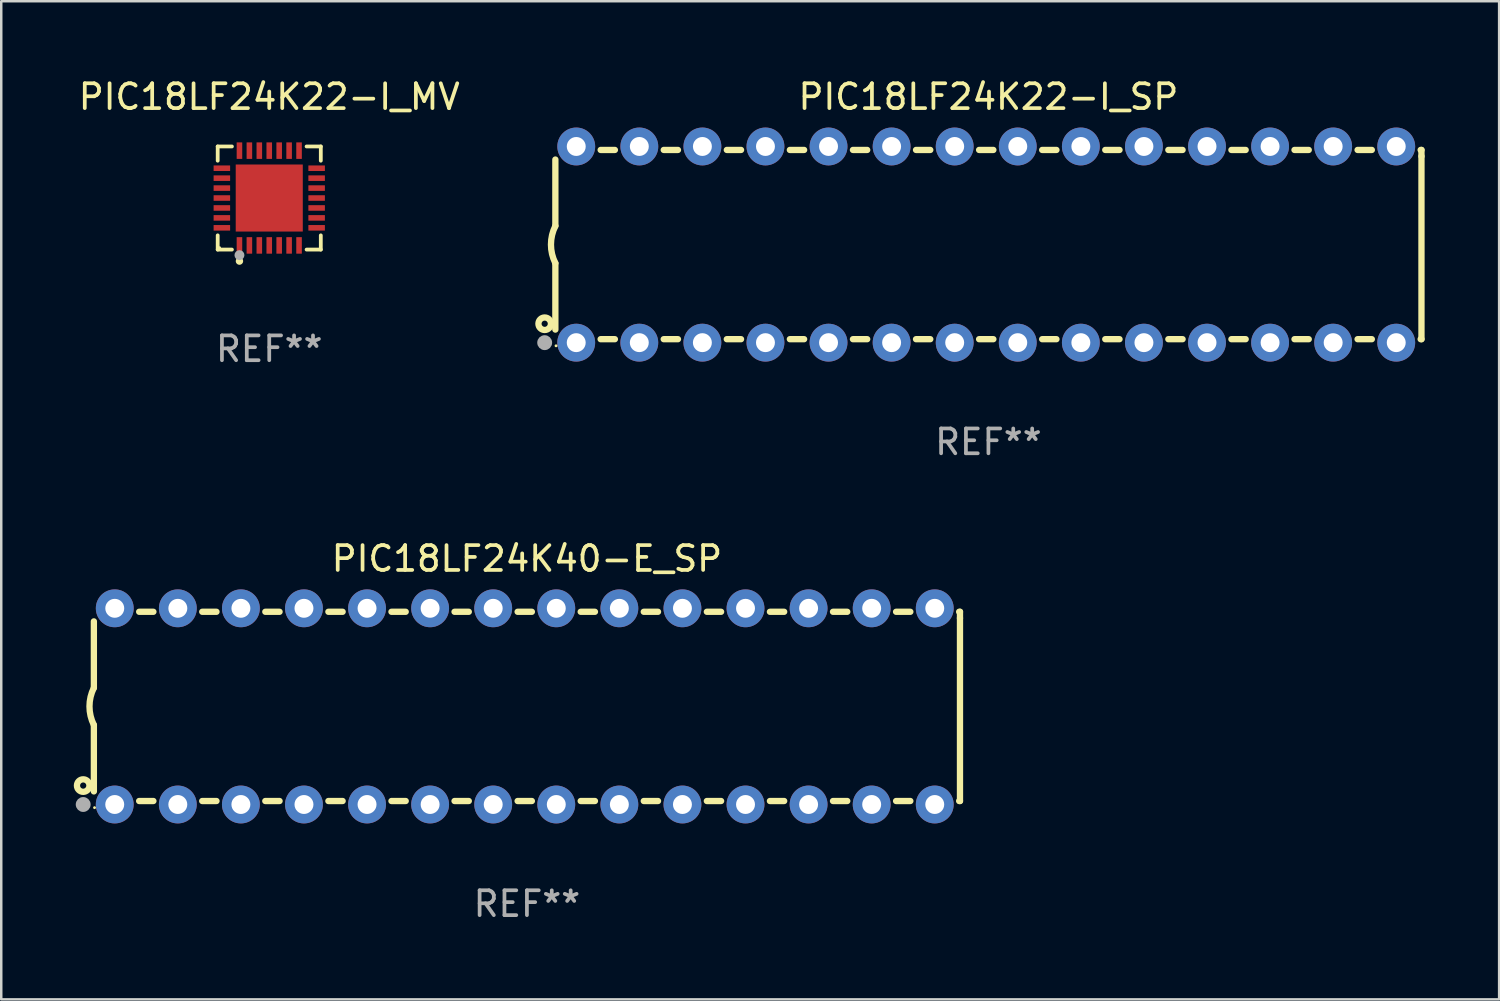
<source format=kicad_pcb>
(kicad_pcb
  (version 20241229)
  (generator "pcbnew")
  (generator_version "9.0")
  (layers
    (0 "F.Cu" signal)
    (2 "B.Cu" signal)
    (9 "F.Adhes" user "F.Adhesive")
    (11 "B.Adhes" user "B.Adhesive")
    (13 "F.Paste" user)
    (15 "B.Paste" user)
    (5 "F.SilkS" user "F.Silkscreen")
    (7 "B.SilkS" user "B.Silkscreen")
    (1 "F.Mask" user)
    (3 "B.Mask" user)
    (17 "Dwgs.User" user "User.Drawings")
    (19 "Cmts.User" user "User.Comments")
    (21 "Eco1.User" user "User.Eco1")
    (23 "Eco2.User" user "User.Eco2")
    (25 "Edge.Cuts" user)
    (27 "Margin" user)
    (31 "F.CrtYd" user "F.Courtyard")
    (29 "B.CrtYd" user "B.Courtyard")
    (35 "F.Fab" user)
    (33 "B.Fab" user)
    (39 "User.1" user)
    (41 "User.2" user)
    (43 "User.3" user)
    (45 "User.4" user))
  (footprint "PIC18LF24K22-I_MV"
    (layer "F.Cu")
    (at 7.792 4.924)
    (property "Reference" "PIC18LF24K22-I_MV" (at 0 -4.076 0) (layer "F.SilkS") (effects (font (size 1 1) (thickness 0.15))))
    (attr through_hole)
    (fp_line (start -2.076 -2.076) (end -1.503 -2.076) (stroke (width 0.152) (type solid)) (layer "F.SilkS"))
    (fp_line (start -2.076 -1.503) (end -2.076 -2.076) (stroke (width 0.152) (type solid)) (layer "F.SilkS"))
    (fp_line (start -2.076 1.503) (end -2.076 2.076) (stroke (width 0.152) (type solid)) (layer "F.SilkS"))
    (fp_line (start -2.076 2.076) (end -1.503 2.076) (stroke (width 0.152) (type solid)) (layer "F.SilkS"))
    (fp_line (start 2.076 -2.076) (end 1.503 -2.076) (stroke (width 0.152) (type solid)) (layer "F.SilkS"))
    (fp_line (start 2.076 -1.503) (end 2.076 -2.076) (stroke (width 0.152) (type solid)) (layer "F.SilkS"))
    (fp_line (start 2.076 1.503) (end 2.076 2.076) (stroke (width 0.152) (type solid)) (layer "F.SilkS"))
    (fp_line (start 2.076 2.076) (end 1.503 2.076) (stroke (width 0.152) (type solid)) (layer "F.SilkS"))
    (fp_circle (center -2 2) (end -1.97 2) (stroke (width 0.06) (type solid)) (fill no) (layer "F.SilkS"))
    (fp_circle (center -1.2 2.54) (end -1.125 2.54) (stroke (width 0.15) (type solid)) (fill no) (layer "F.SilkS"))
    (fp_circle (center -1.2 2.3) (end -1.1 2.3) (stroke (width 0.2) (type solid)) (fill no) (layer "F.Fab"))
    (fp_text user "REF**" (at 0 6.076 0) (layer "F.Fab") (effects (font (size 1 1) (thickness 0.15))))
    (pad "1" smd rect (at -1.2 1.908) (size 0.224 0.665) (layers "F.Cu" "F.Mask" "F.Paste"))
    (pad "2" smd rect (at -0.8 1.908) (size 0.224 0.665) (layers "F.Cu" "F.Mask" "F.Paste"))
    (pad "3" smd rect (at -0.4 1.908) (size 0.224 0.665) (layers "F.Cu" "F.Mask" "F.Paste"))
    (pad "4" smd rect (at 0 1.908) (size 0.224 0.665) (layers "F.Cu" "F.Mask" "F.Paste"))
    (pad "5" smd rect (at 0.4 1.908) (size 0.224 0.665) (layers "F.Cu" "F.Mask" "F.Paste"))
    (pad "6" smd rect (at 0.8 1.908) (size 0.224 0.665) (layers "F.Cu" "F.Mask" "F.Paste"))
    (pad "7" smd rect (at 1.2 1.908) (size 0.224 0.665) (layers "F.Cu" "F.Mask" "F.Paste"))
    (pad "8" smd rect (at 1.908 1.2) (size 0.665 0.224) (layers "F.Cu" "F.Mask" "F.Paste"))
    (pad "9" smd rect (at 1.908 0.8) (size 0.665 0.224) (layers "F.Cu" "F.Mask" "F.Paste"))
    (pad "10" smd rect (at 1.908 0.4) (size 0.665 0.224) (layers "F.Cu" "F.Mask" "F.Paste"))
    (pad "11" smd rect (at 1.908 0) (size 0.665 0.224) (layers "F.Cu" "F.Mask" "F.Paste"))
    (pad "12" smd rect (at 1.908 -0.4) (size 0.665 0.224) (layers "F.Cu" "F.Mask" "F.Paste"))
    (pad "13" smd rect (at 1.908 -0.8) (size 0.665 0.224) (layers "F.Cu" "F.Mask" "F.Paste"))
    (pad "14" smd rect (at 1.908 -1.2) (size 0.665 0.224) (layers "F.Cu" "F.Mask" "F.Paste"))
    (pad "15" smd rect (at 1.2 -1.908) (size 0.224 0.665) (layers "F.Cu" "F.Mask" "F.Paste"))
    (pad "16" smd rect (at 0.8 -1.908) (size 0.224 0.665) (layers "F.Cu" "F.Mask" "F.Paste"))
    (pad "17" smd rect (at 0.4 -1.908) (size 0.224 0.665) (layers "F.Cu" "F.Mask" "F.Paste"))
    (pad "18" smd rect (at 0 -1.908) (size 0.224 0.665) (layers "F.Cu" "F.Mask" "F.Paste"))
    (pad "19" smd rect (at -0.4 -1.908) (size 0.224 0.665) (layers "F.Cu" "F.Mask" "F.Paste"))
    (pad "20" smd rect (at -0.8 -1.908) (size 0.224 0.665) (layers "F.Cu" "F.Mask" "F.Paste"))
    (pad "21" smd rect (at -1.2 -1.908) (size 0.224 0.665) (layers "F.Cu" "F.Mask" "F.Paste"))
    (pad "22" smd rect (at -1.908 -1.2) (size 0.665 0.224) (layers "F.Cu" "F.Mask" "F.Paste"))
    (pad "23" smd rect (at -1.908 -0.8) (size 0.665 0.224) (layers "F.Cu" "F.Mask" "F.Paste"))
    (pad "24" smd rect (at -1.908 -0.4) (size 0.665 0.224) (layers "F.Cu" "F.Mask" "F.Paste"))
    (pad "25" smd rect (at -1.908 0) (size 0.665 0.224) (layers "F.Cu" "F.Mask" "F.Paste"))
    (pad "26" smd rect (at -1.908 0.4) (size 0.665 0.224) (layers "F.Cu" "F.Mask" "F.Paste"))
    (pad "27" smd rect (at -1.908 0.8) (size 0.665 0.224) (layers "F.Cu" "F.Mask" "F.Paste"))
    (pad "28" smd rect (at -1.908 1.2) (size 0.665 0.224) (layers "F.Cu" "F.Mask" "F.Paste"))
    (pad "29" smd rect (at 0 0) (size 2.7 2.7) (layers "F.Cu" "F.Mask" "F.Paste")))
  (footprint "PIC18LF24K22-I_SP"
    (layer "F.Cu")
    (at 36.751 6.798)
    (property "Reference" "PIC18LF24K22-I_SP" (at 0 -5.95 0) (layer "F.SilkS") (effects (font (size 1 1) (thickness 0.15))))
    (attr through_hole)
    (fp_line (start -17.438 0.75) (end -17.438 3.423) (stroke (width 0.254) (type solid)) (layer "F.SilkS"))
    (fp_line (start -17.438 -3.423) (end -17.438 -0.75) (stroke (width 0.254) (type solid)) (layer "F.SilkS"))
    (fp_line (start -15.615 3.81) (end -15.041 3.81) (stroke (width 0.254) (type solid)) (layer "F.SilkS"))
    (fp_line (start -15.041 -3.81) (end -15.614 -3.81) (stroke (width 0.254) (type solid)) (layer "F.SilkS"))
    (fp_line (start -13.075 3.81) (end -12.501 3.81) (stroke (width 0.254) (type solid)) (layer "F.SilkS"))
    (fp_line (start -12.501 -3.81) (end -13.074 -3.81) (stroke (width 0.254) (type solid)) (layer "F.SilkS"))
    (fp_line (start -10.535 3.81) (end -9.961 3.81) (stroke (width 0.254) (type solid)) (layer "F.SilkS"))
    (fp_line (start -9.961 -3.81) (end -10.534 -3.81) (stroke (width 0.254) (type solid)) (layer "F.SilkS"))
    (fp_line (start -7.995 3.81) (end -7.421 3.81) (stroke (width 0.254) (type solid)) (layer "F.SilkS"))
    (fp_line (start -7.421 -3.81) (end -7.995 -3.81) (stroke (width 0.254) (type solid)) (layer "F.SilkS"))
    (fp_line (start -5.455 3.81) (end -4.881 3.81) (stroke (width 0.254) (type solid)) (layer "F.SilkS"))
    (fp_line (start -4.881 -3.81) (end -5.455 -3.81) (stroke (width 0.254) (type solid)) (layer "F.SilkS"))
    (fp_line (start -2.915 3.81) (end -2.341 3.81) (stroke (width 0.254) (type solid)) (layer "F.SilkS"))
    (fp_line (start -2.341 -3.81) (end -2.915 -3.81) (stroke (width 0.254) (type solid)) (layer "F.SilkS"))
    (fp_line (start -0.375 3.81) (end 0.199 3.81) (stroke (width 0.254) (type solid)) (layer "F.SilkS"))
    (fp_line (start 0.199 -3.81) (end -0.375 -3.81) (stroke (width 0.254) (type solid)) (layer "F.SilkS"))
    (fp_line (start 2.165 3.81) (end 2.739 3.81) (stroke (width 0.254) (type solid)) (layer "F.SilkS"))
    (fp_line (start 2.739 -3.81) (end 2.165 -3.81) (stroke (width 0.254) (type solid)) (layer "F.SilkS"))
    (fp_line (start 4.705 3.81) (end 5.279 3.81) (stroke (width 0.254) (type solid)) (layer "F.SilkS"))
    (fp_line (start 5.279 -3.81) (end 4.705 -3.81) (stroke (width 0.254) (type solid)) (layer "F.SilkS"))
    (fp_line (start 7.245 3.81) (end 7.819 3.81) (stroke (width 0.254) (type solid)) (layer "F.SilkS"))
    (fp_line (start 7.819 -3.81) (end 7.245 -3.81) (stroke (width 0.254) (type solid)) (layer "F.SilkS"))
    (fp_line (start 9.785 3.81) (end 10.359 3.81) (stroke (width 0.254) (type solid)) (layer "F.SilkS"))
    (fp_line (start 10.359 -3.81) (end 9.785 -3.81) (stroke (width 0.254) (type solid)) (layer "F.SilkS"))
    (fp_line (start 12.325 3.81) (end 12.899 3.81) (stroke (width 0.254) (type solid)) (layer "F.SilkS"))
    (fp_line (start 12.899 -3.81) (end 12.325 -3.81) (stroke (width 0.254) (type solid)) (layer "F.SilkS"))
    (fp_line (start 14.865 3.81) (end 15.439 3.81) (stroke (width 0.254) (type solid)) (layer "F.SilkS"))
    (fp_line (start 15.439 -3.81) (end 14.865 -3.81) (stroke (width 0.254) (type solid)) (layer "F.SilkS"))
    (fp_line (start 17.405 3.81) (end 17.438 3.81) (stroke (width 0.254) (type solid)) (layer "F.SilkS"))
    (fp_line (start 17.438 -3.81) (end 17.405 -3.81) (stroke (width 0.254) (type solid)) (layer "F.SilkS"))
    (fp_line (start 17.438 -3.556) (end 17.438 -3.81) (stroke (width 0.254) (type solid)) (layer "F.SilkS"))
    (fp_line (start 17.438 3.81) (end 17.438 -3.556) (stroke (width 0.254) (type solid)) (layer "F.SilkS"))
    (fp_arc (start -17.437986 0.749657) (mid -17.614887 -0.000024) (end -17.437783 -0.749657) (stroke (width 0.254001) (type solid)) (layer "F.SilkS"))
    (fp_circle (center -17.868 3.188) (end -17.743 3.188) (stroke (width 0.254) (type solid)) (fill no) (layer "F.SilkS"))
    (fp_circle (center -17.411 4.077) (end -17.381 4.077) (stroke (width 0.06) (type solid)) (fill no) (layer "F.SilkS"))
    (fp_circle (center -17.868 3.95) (end -17.718 3.95) (stroke (width 0.3) (type solid)) (fill no) (layer "F.Fab"))
    (fp_text user "REF**" (at 0 7.95 0) (layer "F.Fab") (effects (font (size 1 1) (thickness 0.15))))
    (pad "1" thru_hole circle (at -16.598 3.95) (size 1.524 1.524) (drill 0.762) (layers "*.Cu" "*.Mask"))
    (pad "2" thru_hole circle (at -14.058 3.95) (size 1.524 1.524) (drill 0.762) (layers "*.Cu" "*.Mask"))
    (pad "3" thru_hole circle (at -11.518 3.95) (size 1.524 1.524) (drill 0.762) (layers "*.Cu" "*.Mask"))
    (pad "4" thru_hole circle (at -8.978 3.95) (size 1.524 1.524) (drill 0.762) (layers "*.Cu" "*.Mask"))
    (pad "5" thru_hole circle (at -6.438 3.95) (size 1.524 1.524) (drill 0.762) (layers "*.Cu" "*.Mask"))
    (pad "6" thru_hole circle (at -3.898 3.95) (size 1.524 1.524) (drill 0.762) (layers "*.Cu" "*.Mask"))
    (pad "7" thru_hole circle (at -1.358 3.95) (size 1.524 1.524) (drill 0.762) (layers "*.Cu" "*.Mask"))
    (pad "8" thru_hole circle (at 1.182 3.95) (size 1.524 1.524) (drill 0.762) (layers "*.Cu" "*.Mask"))
    (pad "9" thru_hole circle (at 3.722 3.95) (size 1.524 1.524) (drill 0.762) (layers "*.Cu" "*.Mask"))
    (pad "10" thru_hole circle (at 6.262 3.95) (size 1.524 1.524) (drill 0.762) (layers "*.Cu" "*.Mask"))
    (pad "11" thru_hole circle (at 8.802 3.95) (size 1.524 1.524) (drill 0.762) (layers "*.Cu" "*.Mask"))
    (pad "12" thru_hole circle (at 11.342 3.95) (size 1.524 1.524) (drill 0.762) (layers "*.Cu" "*.Mask"))
    (pad "13" thru_hole circle (at 13.882 3.95) (size 1.524 1.524) (drill 0.762) (layers "*.Cu" "*.Mask"))
    (pad "14" thru_hole circle (at 16.422 3.95) (size 1.524 1.524) (drill 0.762) (layers "*.Cu" "*.Mask"))
    (pad "15" thru_hole circle (at 16.422 -3.95) (size 1.524 1.524) (drill 0.762) (layers "*.Cu" "*.Mask"))
    (pad "16" thru_hole circle (at 13.882 -3.95) (size 1.524 1.524) (drill 0.762) (layers "*.Cu" "*.Mask"))
    (pad "17" thru_hole circle (at 11.342 -3.95) (size 1.524 1.524) (drill 0.762) (layers "*.Cu" "*.Mask"))
    (pad "18" thru_hole circle (at 8.802 -3.95) (size 1.524 1.524) (drill 0.762) (layers "*.Cu" "*.Mask"))
    (pad "19" thru_hole circle (at 6.262 -3.95) (size 1.524 1.524) (drill 0.762) (layers "*.Cu" "*.Mask"))
    (pad "20" thru_hole circle (at 3.722 -3.95) (size 1.524 1.524) (drill 0.762) (layers "*.Cu" "*.Mask"))
    (pad "21" thru_hole circle (at 1.182 -3.95) (size 1.524 1.524) (drill 0.762) (layers "*.Cu" "*.Mask"))
    (pad "22" thru_hole circle (at -1.358 -3.95) (size 1.524 1.524) (drill 0.762) (layers "*.Cu" "*.Mask"))
    (pad "23" thru_hole circle (at -3.898 -3.95) (size 1.524 1.524) (drill 0.762) (layers "*.Cu" "*.Mask"))
    (pad "24" thru_hole circle (at -6.438 -3.95) (size 1.524 1.524) (drill 0.762) (layers "*.Cu" "*.Mask"))
    (pad "25" thru_hole circle (at -8.978 -3.95) (size 1.524 1.524) (drill 0.762) (layers "*.Cu" "*.Mask"))
    (pad "26" thru_hole circle (at -11.517 -3.95) (size 1.524 1.524) (drill 0.762) (layers "*.Cu" "*.Mask"))
    (pad "27" thru_hole circle (at -14.057 -3.95) (size 1.524 1.524) (drill 0.762) (layers "*.Cu" "*.Mask"))
    (pad "28" thru_hole circle (at -16.597 -3.95) (size 1.524 1.524) (drill 0.762) (layers "*.Cu" "*.Mask")))
  (footprint "PIC18LF24K40-E_SP"
    (layer "F.Cu")
    (at 18.168 25.395)
    (property "Reference" "PIC18LF24K40-E_SP" (at 0 -5.95 0) (layer "F.SilkS") (effects (font (size 1 1) (thickness 0.15))))
    (attr through_hole)
    (fp_line (start -17.438 0.75) (end -17.438 3.423) (stroke (width 0.254) (type solid)) (layer "F.SilkS"))
    (fp_line (start -17.438 -3.423) (end -17.438 -0.75) (stroke (width 0.254) (type solid)) (layer "F.SilkS"))
    (fp_line (start -15.615 3.81) (end -15.041 3.81) (stroke (width 0.254) (type solid)) (layer "F.SilkS"))
    (fp_line (start -15.041 -3.81) (end -15.614 -3.81) (stroke (width 0.254) (type solid)) (layer "F.SilkS"))
    (fp_line (start -13.075 3.81) (end -12.501 3.81) (stroke (width 0.254) (type solid)) (layer "F.SilkS"))
    (fp_line (start -12.501 -3.81) (end -13.074 -3.81) (stroke (width 0.254) (type solid)) (layer "F.SilkS"))
    (fp_line (start -10.535 3.81) (end -9.961 3.81) (stroke (width 0.254) (type solid)) (layer "F.SilkS"))
    (fp_line (start -9.961 -3.81) (end -10.534 -3.81) (stroke (width 0.254) (type solid)) (layer "F.SilkS"))
    (fp_line (start -7.995 3.81) (end -7.421 3.81) (stroke (width 0.254) (type solid)) (layer "F.SilkS"))
    (fp_line (start -7.421 -3.81) (end -7.995 -3.81) (stroke (width 0.254) (type solid)) (layer "F.SilkS"))
    (fp_line (start -5.455 3.81) (end -4.881 3.81) (stroke (width 0.254) (type solid)) (layer "F.SilkS"))
    (fp_line (start -4.881 -3.81) (end -5.455 -3.81) (stroke (width 0.254) (type solid)) (layer "F.SilkS"))
    (fp_line (start -2.915 3.81) (end -2.341 3.81) (stroke (width 0.254) (type solid)) (layer "F.SilkS"))
    (fp_line (start -2.341 -3.81) (end -2.915 -3.81) (stroke (width 0.254) (type solid)) (layer "F.SilkS"))
    (fp_line (start -0.375 3.81) (end 0.199 3.81) (stroke (width 0.254) (type solid)) (layer "F.SilkS"))
    (fp_line (start 0.199 -3.81) (end -0.375 -3.81) (stroke (width 0.254) (type solid)) (layer "F.SilkS"))
    (fp_line (start 2.165 3.81) (end 2.739 3.81) (stroke (width 0.254) (type solid)) (layer "F.SilkS"))
    (fp_line (start 2.739 -3.81) (end 2.165 -3.81) (stroke (width 0.254) (type solid)) (layer "F.SilkS"))
    (fp_line (start 4.705 3.81) (end 5.279 3.81) (stroke (width 0.254) (type solid)) (layer "F.SilkS"))
    (fp_line (start 5.279 -3.81) (end 4.705 -3.81) (stroke (width 0.254) (type solid)) (layer "F.SilkS"))
    (fp_line (start 7.245 3.81) (end 7.819 3.81) (stroke (width 0.254) (type solid)) (layer "F.SilkS"))
    (fp_line (start 7.819 -3.81) (end 7.245 -3.81) (stroke (width 0.254) (type solid)) (layer "F.SilkS"))
    (fp_line (start 9.785 3.81) (end 10.359 3.81) (stroke (width 0.254) (type solid)) (layer "F.SilkS"))
    (fp_line (start 10.359 -3.81) (end 9.785 -3.81) (stroke (width 0.254) (type solid)) (layer "F.SilkS"))
    (fp_line (start 12.325 3.81) (end 12.899 3.81) (stroke (width 0.254) (type solid)) (layer "F.SilkS"))
    (fp_line (start 12.899 -3.81) (end 12.325 -3.81) (stroke (width 0.254) (type solid)) (layer "F.SilkS"))
    (fp_line (start 14.865 3.81) (end 15.439 3.81) (stroke (width 0.254) (type solid)) (layer "F.SilkS"))
    (fp_line (start 15.439 -3.81) (end 14.865 -3.81) (stroke (width 0.254) (type solid)) (layer "F.SilkS"))
    (fp_line (start 17.405 3.81) (end 17.438 3.81) (stroke (width 0.254) (type solid)) (layer "F.SilkS"))
    (fp_line (start 17.438 -3.81) (end 17.405 -3.81) (stroke (width 0.254) (type solid)) (layer "F.SilkS"))
    (fp_line (start 17.438 -3.556) (end 17.438 -3.81) (stroke (width 0.254) (type solid)) (layer "F.SilkS"))
    (fp_line (start 17.438 3.81) (end 17.438 -3.556) (stroke (width 0.254) (type solid)) (layer "F.SilkS"))
    (fp_arc (start -17.437986 0.749657) (mid -17.614887 -0.000024) (end -17.437783 -0.749657) (stroke (width 0.254001) (type solid)) (layer "F.SilkS"))
    (fp_circle (center -17.868 3.188) (end -17.743 3.188) (stroke (width 0.254) (type solid)) (fill no) (layer "F.SilkS"))
    (fp_circle (center -17.411 4.077) (end -17.381 4.077) (stroke (width 0.06) (type solid)) (fill no) (layer "F.SilkS"))
    (fp_circle (center -17.868 3.95) (end -17.718 3.95) (stroke (width 0.3) (type solid)) (fill no) (layer "F.Fab"))
    (fp_text user "REF**" (at 0 7.95 0) (layer "F.Fab") (effects (font (size 1 1) (thickness 0.15))))
    (pad "1" thru_hole circle (at -16.598 3.95) (size 1.524 1.524) (drill 0.762) (layers "*.Cu" "*.Mask"))
    (pad "2" thru_hole circle (at -14.058 3.95) (size 1.524 1.524) (drill 0.762) (layers "*.Cu" "*.Mask"))
    (pad "3" thru_hole circle (at -11.518 3.95) (size 1.524 1.524) (drill 0.762) (layers "*.Cu" "*.Mask"))
    (pad "4" thru_hole circle (at -8.978 3.95) (size 1.524 1.524) (drill 0.762) (layers "*.Cu" "*.Mask"))
    (pad "5" thru_hole circle (at -6.438 3.95) (size 1.524 1.524) (drill 0.762) (layers "*.Cu" "*.Mask"))
    (pad "6" thru_hole circle (at -3.898 3.95) (size 1.524 1.524) (drill 0.762) (layers "*.Cu" "*.Mask"))
    (pad "7" thru_hole circle (at -1.358 3.95) (size 1.524 1.524) (drill 0.762) (layers "*.Cu" "*.Mask"))
    (pad "8" thru_hole circle (at 1.182 3.95) (size 1.524 1.524) (drill 0.762) (layers "*.Cu" "*.Mask"))
    (pad "9" thru_hole circle (at 3.722 3.95) (size 1.524 1.524) (drill 0.762) (layers "*.Cu" "*.Mask"))
    (pad "10" thru_hole circle (at 6.262 3.95) (size 1.524 1.524) (drill 0.762) (layers "*.Cu" "*.Mask"))
    (pad "11" thru_hole circle (at 8.802 3.95) (size 1.524 1.524) (drill 0.762) (layers "*.Cu" "*.Mask"))
    (pad "12" thru_hole circle (at 11.342 3.95) (size 1.524 1.524) (drill 0.762) (layers "*.Cu" "*.Mask"))
    (pad "13" thru_hole circle (at 13.882 3.95) (size 1.524 1.524) (drill 0.762) (layers "*.Cu" "*.Mask"))
    (pad "14" thru_hole circle (at 16.422 3.95) (size 1.524 1.524) (drill 0.762) (layers "*.Cu" "*.Mask"))
    (pad "15" thru_hole circle (at 16.422 -3.95) (size 1.524 1.524) (drill 0.762) (layers "*.Cu" "*.Mask"))
    (pad "16" thru_hole circle (at 13.882 -3.95) (size 1.524 1.524) (drill 0.762) (layers "*.Cu" "*.Mask"))
    (pad "17" thru_hole circle (at 11.342 -3.95) (size 1.524 1.524) (drill 0.762) (layers "*.Cu" "*.Mask"))
    (pad "18" thru_hole circle (at 8.802 -3.95) (size 1.524 1.524) (drill 0.762) (layers "*.Cu" "*.Mask"))
    (pad "19" thru_hole circle (at 6.262 -3.95) (size 1.524 1.524) (drill 0.762) (layers "*.Cu" "*.Mask"))
    (pad "20" thru_hole circle (at 3.722 -3.95) (size 1.524 1.524) (drill 0.762) (layers "*.Cu" "*.Mask"))
    (pad "21" thru_hole circle (at 1.182 -3.95) (size 1.524 1.524) (drill 0.762) (layers "*.Cu" "*.Mask"))
    (pad "22" thru_hole circle (at -1.358 -3.95) (size 1.524 1.524) (drill 0.762) (layers "*.Cu" "*.Mask"))
    (pad "23" thru_hole circle (at -3.898 -3.95) (size 1.524 1.524) (drill 0.762) (layers "*.Cu" "*.Mask"))
    (pad "24" thru_hole circle (at -6.438 -3.95) (size 1.524 1.524) (drill 0.762) (layers "*.Cu" "*.Mask"))
    (pad "25" thru_hole circle (at -8.978 -3.95) (size 1.524 1.524) (drill 0.762) (layers "*.Cu" "*.Mask"))
    (pad "26" thru_hole circle (at -11.517 -3.95) (size 1.524 1.524) (drill 0.762) (layers "*.Cu" "*.Mask"))
    (pad "27" thru_hole circle (at -14.057 -3.95) (size 1.524 1.524) (drill 0.762) (layers "*.Cu" "*.Mask"))
    (pad "28" thru_hole circle (at -16.597 -3.95) (size 1.524 1.524) (drill 0.762) (layers "*.Cu" "*.Mask")))
  (gr_rect
    (start -3 -3)
    (end 57.316 37.193)
    (stroke (width 0.1) (type default))
    (fill no)
    (layer "Edge.Cuts")))
</source>
